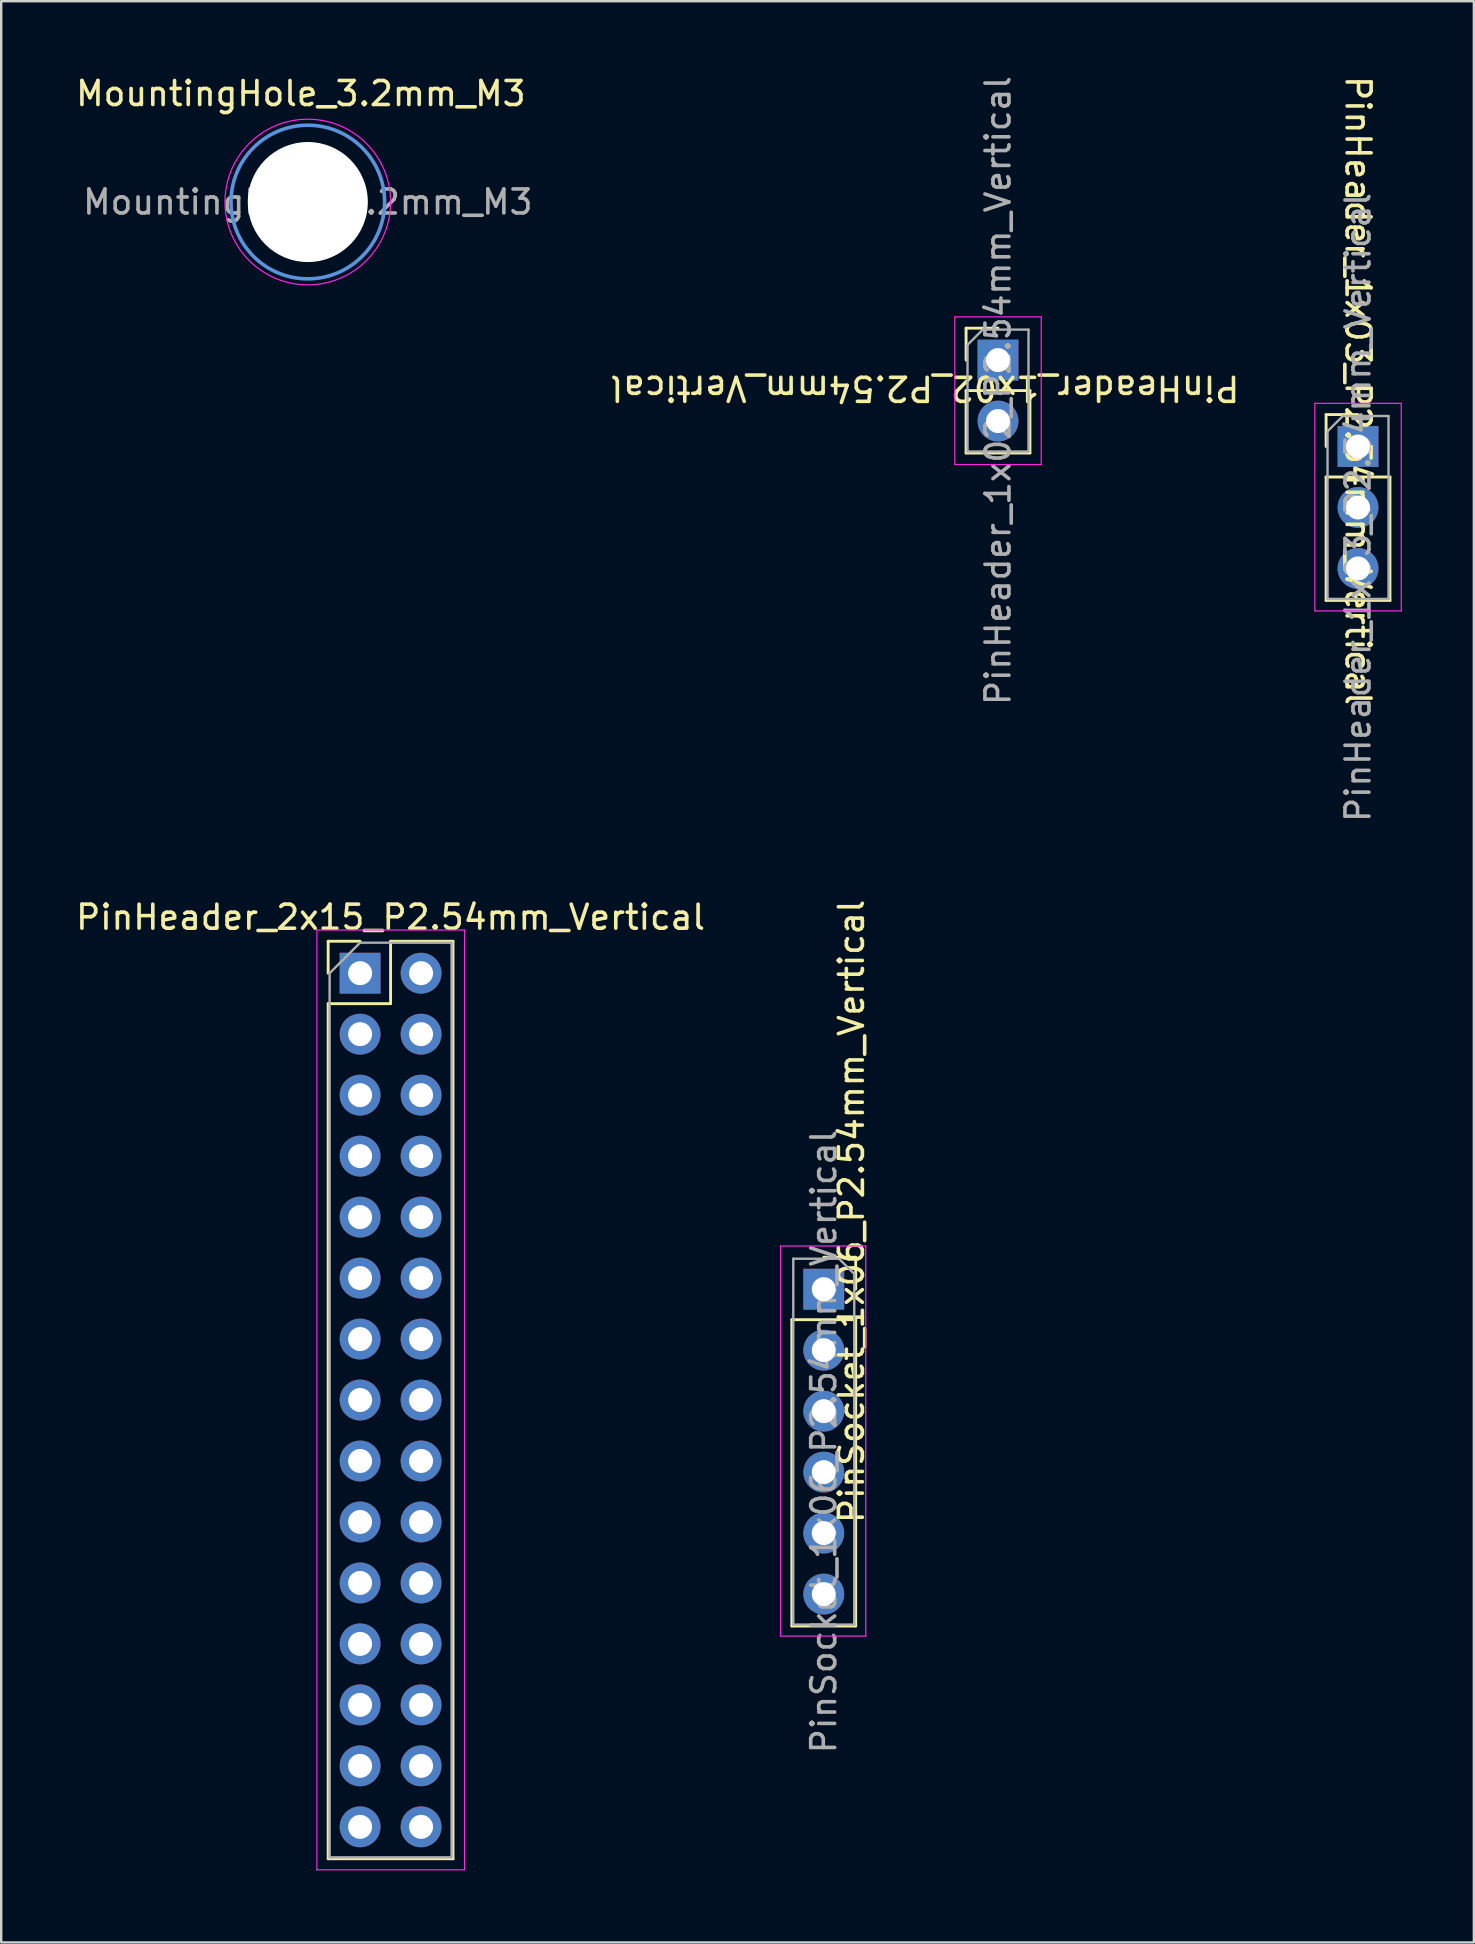
<source format=kicad_pcb>
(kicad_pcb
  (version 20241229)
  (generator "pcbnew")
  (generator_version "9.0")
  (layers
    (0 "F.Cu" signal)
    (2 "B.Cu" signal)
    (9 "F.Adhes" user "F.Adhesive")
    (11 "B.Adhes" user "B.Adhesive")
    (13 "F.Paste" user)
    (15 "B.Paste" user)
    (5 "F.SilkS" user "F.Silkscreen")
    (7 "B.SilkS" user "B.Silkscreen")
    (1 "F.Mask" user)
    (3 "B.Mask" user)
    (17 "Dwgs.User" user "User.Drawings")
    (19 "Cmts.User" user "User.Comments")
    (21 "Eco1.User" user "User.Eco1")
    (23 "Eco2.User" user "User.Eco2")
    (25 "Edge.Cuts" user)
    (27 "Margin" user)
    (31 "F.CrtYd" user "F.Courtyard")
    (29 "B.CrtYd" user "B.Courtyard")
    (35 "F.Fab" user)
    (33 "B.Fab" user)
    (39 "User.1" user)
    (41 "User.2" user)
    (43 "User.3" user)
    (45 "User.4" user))
  (footprint "PinHeader_1x02_P2.54mm_Vertical"
    (layer "F.Cu")
    (at 38.523 11.95)
    (property "Reference" "PinHeader_1x02_P2.54mm_Vertical" (at -3.048 1.173 180) (unlocked yes) (layer "F.SilkS") (effects (font (size 1 1) (thickness 0.15))))
    (attr through_hole)
    (fp_line (start -1.33 -1.33) (end 0 -1.33) (stroke (width 0.12) (type solid)) (layer "F.SilkS"))
    (fp_line (start -1.33 0) (end -1.33 -1.33) (stroke (width 0.12) (type solid)) (layer "F.SilkS"))
    (fp_line (start -1.33 1.27) (end -1.33 3.87) (stroke (width 0.12) (type solid)) (layer "F.SilkS"))
    (fp_line (start -1.33 1.27) (end 1.33 1.27) (stroke (width 0.12) (type solid)) (layer "F.SilkS"))
    (fp_line (start -1.33 3.87) (end 1.33 3.87) (stroke (width 0.12) (type solid)) (layer "F.SilkS"))
    (fp_line (start 1.33 1.27) (end 1.33 3.87) (stroke (width 0.12) (type solid)) (layer "F.SilkS"))
    (fp_line (start -1.8 -1.8) (end -1.8 4.35) (stroke (width 0.05) (type solid)) (layer "F.CrtYd"))
    (fp_line (start -1.8 4.35) (end 1.8 4.35) (stroke (width 0.05) (type solid)) (layer "F.CrtYd"))
    (fp_line (start 1.8 -1.8) (end -1.8 -1.8) (stroke (width 0.05) (type solid)) (layer "F.CrtYd"))
    (fp_line (start 1.8 4.35) (end 1.8 -1.8) (stroke (width 0.05) (type solid)) (layer "F.CrtYd"))
    (fp_line (start -1.27 -0.635) (end -0.635 -1.27) (stroke (width 0.1) (type solid)) (layer "F.Fab"))
    (fp_line (start -1.27 3.81) (end -1.27 -0.635) (stroke (width 0.1) (type solid)) (layer "F.Fab"))
    (fp_line (start -0.635 -1.27) (end 1.27 -1.27) (stroke (width 0.1) (type solid)) (layer "F.Fab"))
    (fp_line (start 1.27 -1.27) (end 1.27 3.81) (stroke (width 0.1) (type solid)) (layer "F.Fab"))
    (fp_line (start 1.27 3.81) (end -1.27 3.81) (stroke (width 0.1) (type solid)) (layer "F.Fab"))
    (fp_text user "${REFERENCE}" (at 0 1.27 90) (layer "F.Fab") (effects (font (size 1 1) (thickness 0.15))))
    (pad "1" thru_hole rect (at 0 0) (size 1.7 1.7) (drill 1) (layers "*.Cu" "*.Mask"))
    (pad "2" thru_hole oval (at 0 2.54) (size 1.7 1.7) (drill 1) (layers "*.Cu" "*.Mask")))
  (footprint "PinSocket_1x06_P2.54mm_Vertical"
    (layer "F.Cu")
    (at 31.265 50.653)
    (property "Reference" "PinSocket_1x06_P2.54mm_Vertical" (at 1.153 -3.242 90) (unlocked yes) (layer "F.SilkS") (effects (font (size 1 1) (thickness 0.15))))
    (attr through_hole)
    (fp_line (start -1.33 1.27) (end -1.33 14.03) (stroke (width 0.12) (type solid)) (layer "F.SilkS"))
    (fp_line (start -1.33 1.27) (end 1.33 1.27) (stroke (width 0.12) (type solid)) (layer "F.SilkS"))
    (fp_line (start -1.33 14.03) (end 1.33 14.03) (stroke (width 0.12) (type solid)) (layer "F.SilkS"))
    (fp_line (start 0 -1.33) (end 1.33 -1.33) (stroke (width 0.12) (type solid)) (layer "F.SilkS"))
    (fp_line (start 1.33 -1.33) (end 1.33 0) (stroke (width 0.12) (type solid)) (layer "F.SilkS"))
    (fp_line (start 1.33 1.27) (end 1.33 14.03) (stroke (width 0.12) (type solid)) (layer "F.SilkS"))
    (fp_line (start -1.8 -1.8) (end 1.75 -1.8) (stroke (width 0.05) (type solid)) (layer "F.CrtYd"))
    (fp_line (start -1.8 14.45) (end -1.8 -1.8) (stroke (width 0.05) (type solid)) (layer "F.CrtYd"))
    (fp_line (start 1.75 -1.8) (end 1.75 14.45) (stroke (width 0.05) (type solid)) (layer "F.CrtYd"))
    (fp_line (start 1.75 14.45) (end -1.8 14.45) (stroke (width 0.05) (type solid)) (layer "F.CrtYd"))
    (fp_line (start -1.27 -1.27) (end 0.635 -1.27) (stroke (width 0.1) (type solid)) (layer "F.Fab"))
    (fp_line (start -1.27 13.97) (end -1.27 -1.27) (stroke (width 0.1) (type solid)) (layer "F.Fab"))
    (fp_line (start 0.635 -1.27) (end 1.27 -0.635) (stroke (width 0.1) (type solid)) (layer "F.Fab"))
    (fp_line (start 1.27 -0.635) (end 1.27 13.97) (stroke (width 0.1) (type solid)) (layer "F.Fab"))
    (fp_line (start 1.27 13.97) (end -1.27 13.97) (stroke (width 0.1) (type solid)) (layer "F.Fab"))
    (fp_text user "${REFERENCE}" (at 0 6.35 90) (layer "F.Fab") (effects (font (size 1 1) (thickness 0.15))))
    (pad "1" thru_hole rect (at 0 0) (size 1.7 1.7) (drill 1) (layers "*.Cu" "*.Mask"))
    (pad "2" thru_hole oval (at 0 2.54) (size 1.7 1.7) (drill 1) (layers "*.Cu" "*.Mask"))
    (pad "3" thru_hole oval (at 0 5.08) (size 1.7 1.7) (drill 1) (layers "*.Cu" "*.Mask"))
    (pad "4" thru_hole oval (at 0 7.62) (size 1.7 1.7) (drill 1) (layers "*.Cu" "*.Mask"))
    (pad "5" thru_hole oval (at 0 10.16) (size 1.7 1.7) (drill 1) (layers "*.Cu" "*.Mask"))
    (pad "6" thru_hole oval (at 0 12.7) (size 1.7 1.7) (drill 1) (layers "*.Cu" "*.Mask")))
  (footprint "MountingHole_3.2mm_M3"
    (layer "F.Cu")
    (at 9.772 5.366)
    (property "Reference" "MountingHole_3.2mm_M3" (at -0.29 -4.518 0) (unlocked yes) (layer "F.SilkS") (effects (font (size 1 1) (thickness 0.15))))
    (attr exclude_from_pos_files)
    (fp_circle (center 0 0) (end 3.2 0) (stroke (width 0.15) (type solid)) (fill no) (layer "Cmts.User"))
    (fp_circle (center 0 0) (end 3.45 0) (stroke (width 0.05) (type solid)) (fill no) (layer "F.CrtYd"))
    (fp_text user "${REFERENCE}" (at 0 0 0) (layer "F.Fab") (effects (font (size 1 1) (thickness 0.15))))
    (pad "" np_thru_hole circle (at 0 0) (size 5 5) (drill 5) (layers "*.Cu" "*.Mask")))
  (footprint "PinHeader_1x03_P2.54mm_Vertical"
    (layer "F.Cu")
    (at 53.52 15.55)
    (property "Reference" "PinHeader_1x03_P2.54mm_Vertical" (at 0 -2.33 270) (unlocked yes) (layer "F.SilkS") (effects (font (size 1 1) (thickness 0.15))))
    (attr through_hole)
    (fp_line (start -1.33 -1.33) (end 0 -1.33) (stroke (width 0.12) (type solid)) (layer "F.SilkS"))
    (fp_line (start -1.33 0) (end -1.33 -1.33) (stroke (width 0.12) (type solid)) (layer "F.SilkS"))
    (fp_line (start -1.33 1.27) (end -1.33 6.41) (stroke (width 0.12) (type solid)) (layer "F.SilkS"))
    (fp_line (start -1.33 1.27) (end 1.33 1.27) (stroke (width 0.12) (type solid)) (layer "F.SilkS"))
    (fp_line (start -1.33 6.41) (end 1.33 6.41) (stroke (width 0.12) (type solid)) (layer "F.SilkS"))
    (fp_line (start 1.33 1.27) (end 1.33 6.41) (stroke (width 0.12) (type solid)) (layer "F.SilkS"))
    (fp_line (start -1.8 -1.8) (end -1.8 6.85) (stroke (width 0.05) (type solid)) (layer "F.CrtYd"))
    (fp_line (start -1.8 6.85) (end 1.8 6.85) (stroke (width 0.05) (type solid)) (layer "F.CrtYd"))
    (fp_line (start 1.8 -1.8) (end -1.8 -1.8) (stroke (width 0.05) (type solid)) (layer "F.CrtYd"))
    (fp_line (start 1.8 6.85) (end 1.8 -1.8) (stroke (width 0.05) (type solid)) (layer "F.CrtYd"))
    (fp_line (start -1.27 -0.635) (end -0.635 -1.27) (stroke (width 0.1) (type solid)) (layer "F.Fab"))
    (fp_line (start -1.27 6.35) (end -1.27 -0.635) (stroke (width 0.1) (type solid)) (layer "F.Fab"))
    (fp_line (start -0.635 -1.27) (end 1.27 -1.27) (stroke (width 0.1) (type solid)) (layer "F.Fab"))
    (fp_line (start 1.27 -1.27) (end 1.27 6.35) (stroke (width 0.1) (type solid)) (layer "F.Fab"))
    (fp_line (start 1.27 6.35) (end -1.27 6.35) (stroke (width 0.1) (type solid)) (layer "F.Fab"))
    (fp_text user "${REFERENCE}" (at 0 2.54 90) (layer "F.Fab") (effects (font (size 1 1) (thickness 0.15))))
    (pad "1" thru_hole rect (at 0 0) (size 1.7 1.7) (drill 1) (layers "*.Cu" "*.Mask"))
    (pad "2" thru_hole oval (at 0 2.54) (size 1.7 1.7) (drill 1) (layers "*.Cu" "*.Mask"))
    (pad "3" thru_hole oval (at 0 5.08) (size 1.7 1.7) (drill 1) (layers "*.Cu" "*.Mask")))
  (footprint "PinHeader_2x15_P2.54mm_Vertical"
    (layer "F.Cu")
    (at 11.95 37.489)
    (property "Reference" "PinHeader_2x15_P2.54mm_Vertical" (at 1.27 -2.33 180) (layer "F.SilkS") (effects (font (size 1 1) (thickness 0.15))))
    (attr through_hole)
    (fp_line (start -1.33 -1.33) (end 0 -1.33) (stroke (width 0.12) (type solid)) (layer "F.SilkS"))
    (fp_line (start -1.33 0) (end -1.33 -1.33) (stroke (width 0.12) (type solid)) (layer "F.SilkS"))
    (fp_line (start -1.33 1.27) (end -1.33 36.89) (stroke (width 0.12) (type solid)) (layer "F.SilkS"))
    (fp_line (start -1.33 1.27) (end 1.27 1.27) (stroke (width 0.12) (type solid)) (layer "F.SilkS"))
    (fp_line (start -1.33 36.89) (end 3.87 36.89) (stroke (width 0.12) (type solid)) (layer "F.SilkS"))
    (fp_line (start 1.27 -1.33) (end 3.87 -1.33) (stroke (width 0.12) (type solid)) (layer "F.SilkS"))
    (fp_line (start 1.27 1.27) (end 1.27 -1.33) (stroke (width 0.12) (type solid)) (layer "F.SilkS"))
    (fp_line (start 3.87 -1.33) (end 3.87 36.89) (stroke (width 0.12) (type solid)) (layer "F.SilkS"))
    (fp_line (start -1.8 -1.8) (end -1.8 37.35) (stroke (width 0.05) (type solid)) (layer "F.CrtYd"))
    (fp_line (start -1.8 37.35) (end 4.35 37.35) (stroke (width 0.05) (type solid)) (layer "F.CrtYd"))
    (fp_line (start 4.35 -1.8) (end -1.8 -1.8) (stroke (width 0.05) (type solid)) (layer "F.CrtYd"))
    (fp_line (start 4.35 37.35) (end 4.35 -1.8) (stroke (width 0.05) (type solid)) (layer "F.CrtYd"))
    (fp_line (start -1.27 0) (end 0 -1.27) (stroke (width 0.1) (type solid)) (layer "F.Fab"))
    (fp_line (start -1.27 36.83) (end -1.27 0) (stroke (width 0.1) (type solid)) (layer "F.Fab"))
    (fp_line (start 0 -1.27) (end 3.81 -1.27) (stroke (width 0.1) (type solid)) (layer "F.Fab"))
    (fp_line (start 3.81 -1.27) (end 3.81 36.83) (stroke (width 0.1) (type solid)) (layer "F.Fab"))
    (fp_line (start 3.81 36.83) (end -1.27 36.83) (stroke (width 0.1) (type solid)) (layer "F.Fab"))
    (pad "1" thru_hole rect (at 0 0) (size 1.7 1.7) (drill 1) (layers "*.Cu" "*.Mask"))
    (pad "2" thru_hole oval (at 2.54 0) (size 1.7 1.7) (drill 1) (layers "*.Cu" "*.Mask"))
    (pad "3" thru_hole oval (at 0 2.54) (size 1.7 1.7) (drill 1) (layers "*.Cu" "*.Mask"))
    (pad "4" thru_hole oval (at 2.54 2.54) (size 1.7 1.7) (drill 1) (layers "*.Cu" "*.Mask"))
    (pad "5" thru_hole oval (at 0 5.08) (size 1.7 1.7) (drill 1) (layers "*.Cu" "*.Mask"))
    (pad "6" thru_hole oval (at 2.54 5.08) (size 1.7 1.7) (drill 1) (layers "*.Cu" "*.Mask"))
    (pad "7" thru_hole oval (at 0 7.62) (size 1.7 1.7) (drill 1) (layers "*.Cu" "*.Mask"))
    (pad "8" thru_hole oval (at 2.54 7.62) (size 1.7 1.7) (drill 1) (layers "*.Cu" "*.Mask"))
    (pad "9" thru_hole oval (at 0 10.16) (size 1.7 1.7) (drill 1) (layers "*.Cu" "*.Mask"))
    (pad "10" thru_hole oval (at 2.54 10.16) (size 1.7 1.7) (drill 1) (layers "*.Cu" "*.Mask"))
    (pad "11" thru_hole oval (at 0 12.7) (size 1.7 1.7) (drill 1) (layers "*.Cu" "*.Mask"))
    (pad "12" thru_hole oval (at 2.54 12.7) (size 1.7 1.7) (drill 1) (layers "*.Cu" "*.Mask"))
    (pad "13" thru_hole oval (at 0 15.24) (size 1.7 1.7) (drill 1) (layers "*.Cu" "*.Mask"))
    (pad "14" thru_hole oval (at 2.54 15.24) (size 1.7 1.7) (drill 1) (layers "*.Cu" "*.Mask"))
    (pad "15" thru_hole oval (at 0 17.78) (size 1.7 1.7) (drill 1) (layers "*.Cu" "*.Mask"))
    (pad "16" thru_hole oval (at 2.54 17.78) (size 1.7 1.7) (drill 1) (layers "*.Cu" "*.Mask"))
    (pad "17" thru_hole oval (at 0 20.32) (size 1.7 1.7) (drill 1) (layers "*.Cu" "*.Mask"))
    (pad "18" thru_hole oval (at 2.54 20.32) (size 1.7 1.7) (drill 1) (layers "*.Cu" "*.Mask"))
    (pad "19" thru_hole oval (at 0 22.86) (size 1.7 1.7) (drill 1) (layers "*.Cu" "*.Mask"))
    (pad "20" thru_hole oval (at 2.54 22.86) (size 1.7 1.7) (drill 1) (layers "*.Cu" "*.Mask"))
    (pad "21" thru_hole oval (at 0 25.4) (size 1.7 1.7) (drill 1) (layers "*.Cu" "*.Mask"))
    (pad "22" thru_hole oval (at 2.54 25.4) (size 1.7 1.7) (drill 1) (layers "*.Cu" "*.Mask"))
    (pad "23" thru_hole oval (at 0 27.94) (size 1.7 1.7) (drill 1) (layers "*.Cu" "*.Mask"))
    (pad "24" thru_hole oval (at 2.54 27.94) (size 1.7 1.7) (drill 1) (layers "*.Cu" "*.Mask"))
    (pad "25" thru_hole oval (at 0 30.48) (size 1.7 1.7) (drill 1) (layers "*.Cu" "*.Mask"))
    (pad "26" thru_hole oval (at 2.54 30.48) (size 1.7 1.7) (drill 1) (layers "*.Cu" "*.Mask"))
    (pad "27" thru_hole oval (at 0 33.02) (size 1.7 1.7) (drill 1) (layers "*.Cu" "*.Mask"))
    (pad "28" thru_hole oval (at 2.54 33.02) (size 1.7 1.7) (drill 1) (layers "*.Cu" "*.Mask"))
    (pad "29" thru_hole oval (at 0 35.56) (size 1.7 1.7) (drill 1) (layers "*.Cu" "*.Mask"))
    (pad "30" thru_hole oval (at 2.54 35.56) (size 1.7 1.7) (drill 1) (layers "*.Cu" "*.Mask")))
  (gr_rect
    (start -3 -3)
    (end 58.345 77.864)
    (stroke (width 0.1) (type default))
    (fill no)
    (layer "Edge.Cuts")))
</source>
